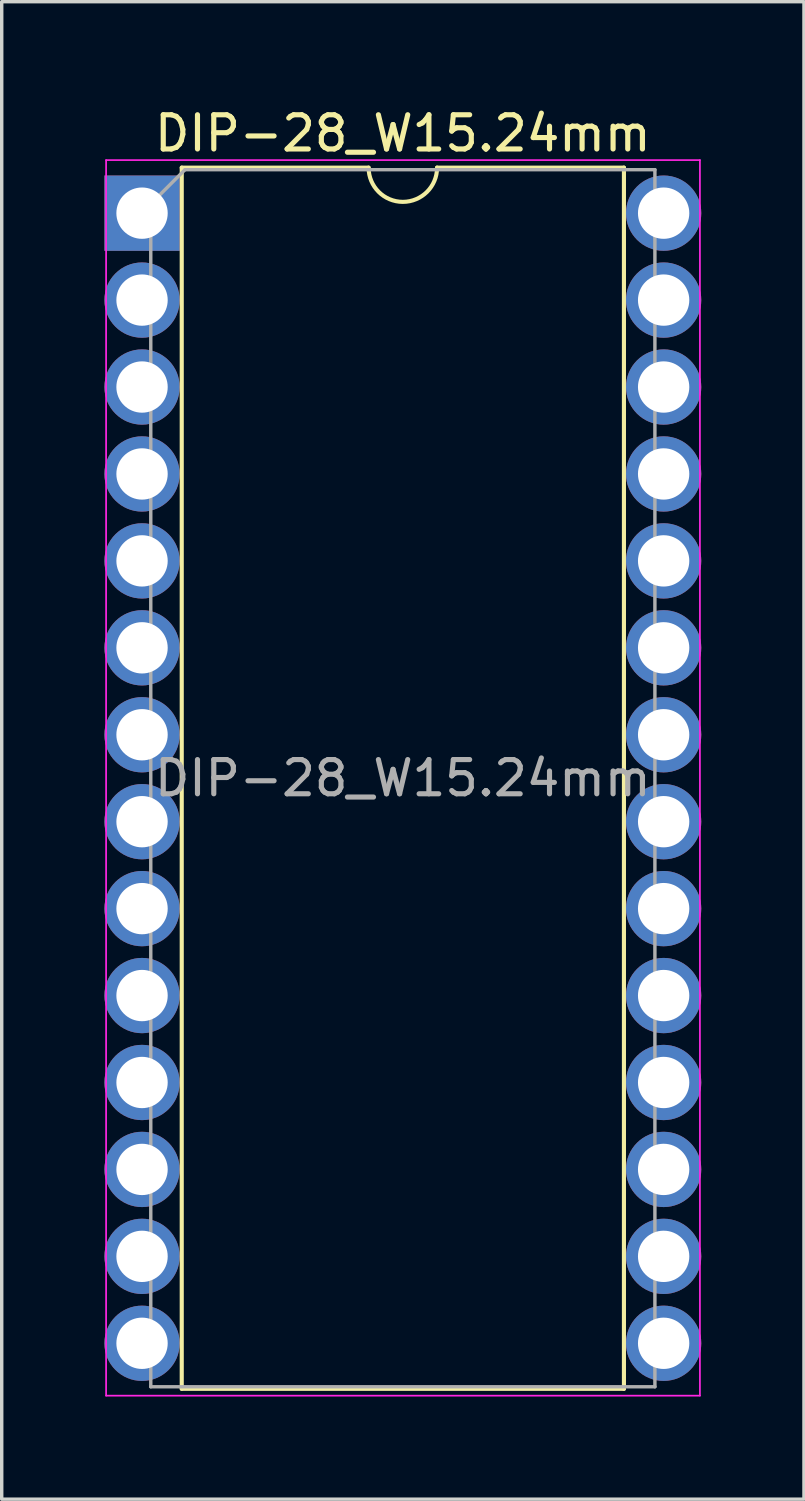
<source format=kicad_pcb>
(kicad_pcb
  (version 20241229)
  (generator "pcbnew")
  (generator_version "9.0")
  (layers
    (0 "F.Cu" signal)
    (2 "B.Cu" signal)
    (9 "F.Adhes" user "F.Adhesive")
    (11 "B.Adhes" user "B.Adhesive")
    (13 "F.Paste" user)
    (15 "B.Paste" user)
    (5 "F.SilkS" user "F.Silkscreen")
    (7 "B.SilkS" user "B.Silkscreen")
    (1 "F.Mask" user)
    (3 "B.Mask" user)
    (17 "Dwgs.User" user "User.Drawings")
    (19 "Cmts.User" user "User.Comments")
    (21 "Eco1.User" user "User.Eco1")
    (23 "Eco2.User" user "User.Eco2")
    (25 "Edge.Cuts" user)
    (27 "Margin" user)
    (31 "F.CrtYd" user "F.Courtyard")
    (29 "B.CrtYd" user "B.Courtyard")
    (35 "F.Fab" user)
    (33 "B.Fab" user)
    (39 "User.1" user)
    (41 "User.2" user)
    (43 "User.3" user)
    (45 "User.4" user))
  (footprint "DIP-28_W15.24mm"
    (layer "F.Cu")
    (at 1.1 3.178)
    (property "Reference" "DIP-28_W15.24mm" (at 7.62 -2.33 0) (layer "F.SilkS") (effects (font (size 1 1) (thickness 0.15))))
    (attr through_hole)
    (fp_line (start 1.16 -1.33) (end 1.16 34.35) (stroke (width 0.12) (type solid)) (layer "F.SilkS"))
    (fp_line (start 1.16 34.35) (end 14.08 34.35) (stroke (width 0.12) (type solid)) (layer "F.SilkS"))
    (fp_line (start 6.62 -1.33) (end 1.16 -1.33) (stroke (width 0.12) (type solid)) (layer "F.SilkS"))
    (fp_line (start 14.08 -1.33) (end 8.62 -1.33) (stroke (width 0.12) (type solid)) (layer "F.SilkS"))
    (fp_line (start 14.08 34.35) (end 14.08 -1.33) (stroke (width 0.12) (type solid)) (layer "F.SilkS"))
    (fp_arc (start 8.62 -1.33) (mid 7.62 -0.33) (end 6.62 -1.33) (stroke (width 0.12) (type solid)) (layer "F.SilkS"))
    (fp_line (start -1.05 -1.55) (end -1.05 34.55) (stroke (width 0.05) (type solid)) (layer "F.CrtYd"))
    (fp_line (start -1.05 34.55) (end 16.3 34.55) (stroke (width 0.05) (type solid)) (layer "F.CrtYd"))
    (fp_line (start 16.3 -1.55) (end -1.05 -1.55) (stroke (width 0.05) (type solid)) (layer "F.CrtYd"))
    (fp_line (start 16.3 34.55) (end 16.3 -1.55) (stroke (width 0.05) (type solid)) (layer "F.CrtYd"))
    (fp_line (start 0.255 -0.27) (end 1.255 -1.27) (stroke (width 0.1) (type solid)) (layer "F.Fab"))
    (fp_line (start 0.255 34.29) (end 0.255 -0.27) (stroke (width 0.1) (type solid)) (layer "F.Fab"))
    (fp_line (start 1.255 -1.27) (end 14.985 -1.27) (stroke (width 0.1) (type solid)) (layer "F.Fab"))
    (fp_line (start 14.985 -1.27) (end 14.985 34.29) (stroke (width 0.1) (type solid)) (layer "F.Fab"))
    (fp_line (start 14.985 34.29) (end 0.255 34.29) (stroke (width 0.1) (type solid)) (layer "F.Fab"))
    (fp_text user "${REFERENCE}" (at 7.62 16.51 0) (layer "F.Fab") (effects (font (size 1 1) (thickness 0.15))))
    (pad "1" thru_hole rect (at 0 0) (size 2.2 2.2) (drill 1.5) (layers "*.Cu" "*.Mask"))
    (pad "2" thru_hole circle (at 0 2.54) (size 2.2 2.2) (drill 1.5) (layers "*.Cu" "*.Mask"))
    (pad "3" thru_hole circle (at 0 5.08) (size 2.2 2.2) (drill 1.5) (layers "*.Cu" "*.Mask"))
    (pad "4" thru_hole circle (at 0 7.62) (size 2.2 2.2) (drill 1.5) (layers "*.Cu" "*.Mask"))
    (pad "5" thru_hole circle (at 0 10.16) (size 2.2 2.2) (drill 1.5) (layers "*.Cu" "*.Mask"))
    (pad "6" thru_hole circle (at 0 12.7) (size 2.2 2.2) (drill 1.5) (layers "*.Cu" "*.Mask"))
    (pad "7" thru_hole circle (at 0 15.24) (size 2.2 2.2) (drill 1.5) (layers "*.Cu" "*.Mask"))
    (pad "8" thru_hole circle (at 0 17.78) (size 2.2 2.2) (drill 1.5) (layers "*.Cu" "*.Mask"))
    (pad "9" thru_hole circle (at 0 20.32) (size 2.2 2.2) (drill 1.5) (layers "*.Cu" "*.Mask"))
    (pad "10" thru_hole circle (at 0 22.86) (size 2.2 2.2) (drill 1.5) (layers "*.Cu" "*.Mask"))
    (pad "11" thru_hole circle (at 0 25.4) (size 2.2 2.2) (drill 1.5) (layers "*.Cu" "*.Mask"))
    (pad "12" thru_hole circle (at 0 27.94) (size 2.2 2.2) (drill 1.5) (layers "*.Cu" "*.Mask"))
    (pad "13" thru_hole circle (at 0 30.48) (size 2.2 2.2) (drill 1.5) (layers "*.Cu" "*.Mask"))
    (pad "14" thru_hole circle (at 0 33.02) (size 2.2 2.2) (drill 1.5) (layers "*.Cu" "*.Mask"))
    (pad "15" thru_hole circle (at 15.24 33.02) (size 2.2 2.2) (drill 1.5) (layers "*.Cu" "*.Mask"))
    (pad "16" thru_hole circle (at 15.24 30.48) (size 2.2 2.2) (drill 1.5) (layers "*.Cu" "*.Mask"))
    (pad "17" thru_hole circle (at 15.24 27.94) (size 2.2 2.2) (drill 1.5) (layers "*.Cu" "*.Mask"))
    (pad "18" thru_hole circle (at 15.24 25.4) (size 2.2 2.2) (drill 1.5) (layers "*.Cu" "*.Mask"))
    (pad "19" thru_hole circle (at 15.24 22.86) (size 2.2 2.2) (drill 1.5) (layers "*.Cu" "*.Mask"))
    (pad "20" thru_hole circle (at 15.24 20.32) (size 2.2 2.2) (drill 1.5) (layers "*.Cu" "*.Mask"))
    (pad "21" thru_hole circle (at 15.24 17.78) (size 2.2 2.2) (drill 1.5) (layers "*.Cu" "*.Mask"))
    (pad "22" thru_hole circle (at 15.24 15.24) (size 2.2 2.2) (drill 1.5) (layers "*.Cu" "*.Mask"))
    (pad "23" thru_hole circle (at 15.24 12.7) (size 2.2 2.2) (drill 1.5) (layers "*.Cu" "*.Mask"))
    (pad "24" thru_hole circle (at 15.24 10.16) (size 2.2 2.2) (drill 1.5) (layers "*.Cu" "*.Mask"))
    (pad "25" thru_hole circle (at 15.24 7.62) (size 2.2 2.2) (drill 1.5) (layers "*.Cu" "*.Mask"))
    (pad "26" thru_hole circle (at 15.24 5.08) (size 2.2 2.2) (drill 1.5) (layers "*.Cu" "*.Mask"))
    (pad "27" thru_hole circle (at 15.24 2.54) (size 2.2 2.2) (drill 1.5) (layers "*.Cu" "*.Mask"))
    (pad "28" thru_hole circle (at 15.24 0) (size 2.2 2.2) (drill 1.5) (layers "*.Cu" "*.Mask")))
  (gr_rect
    (start -3 -3)
    (end 20.44 40.753)
    (stroke (width 0.1) (type default))
    (fill no)
    (layer "Edge.Cuts")))
</source>
